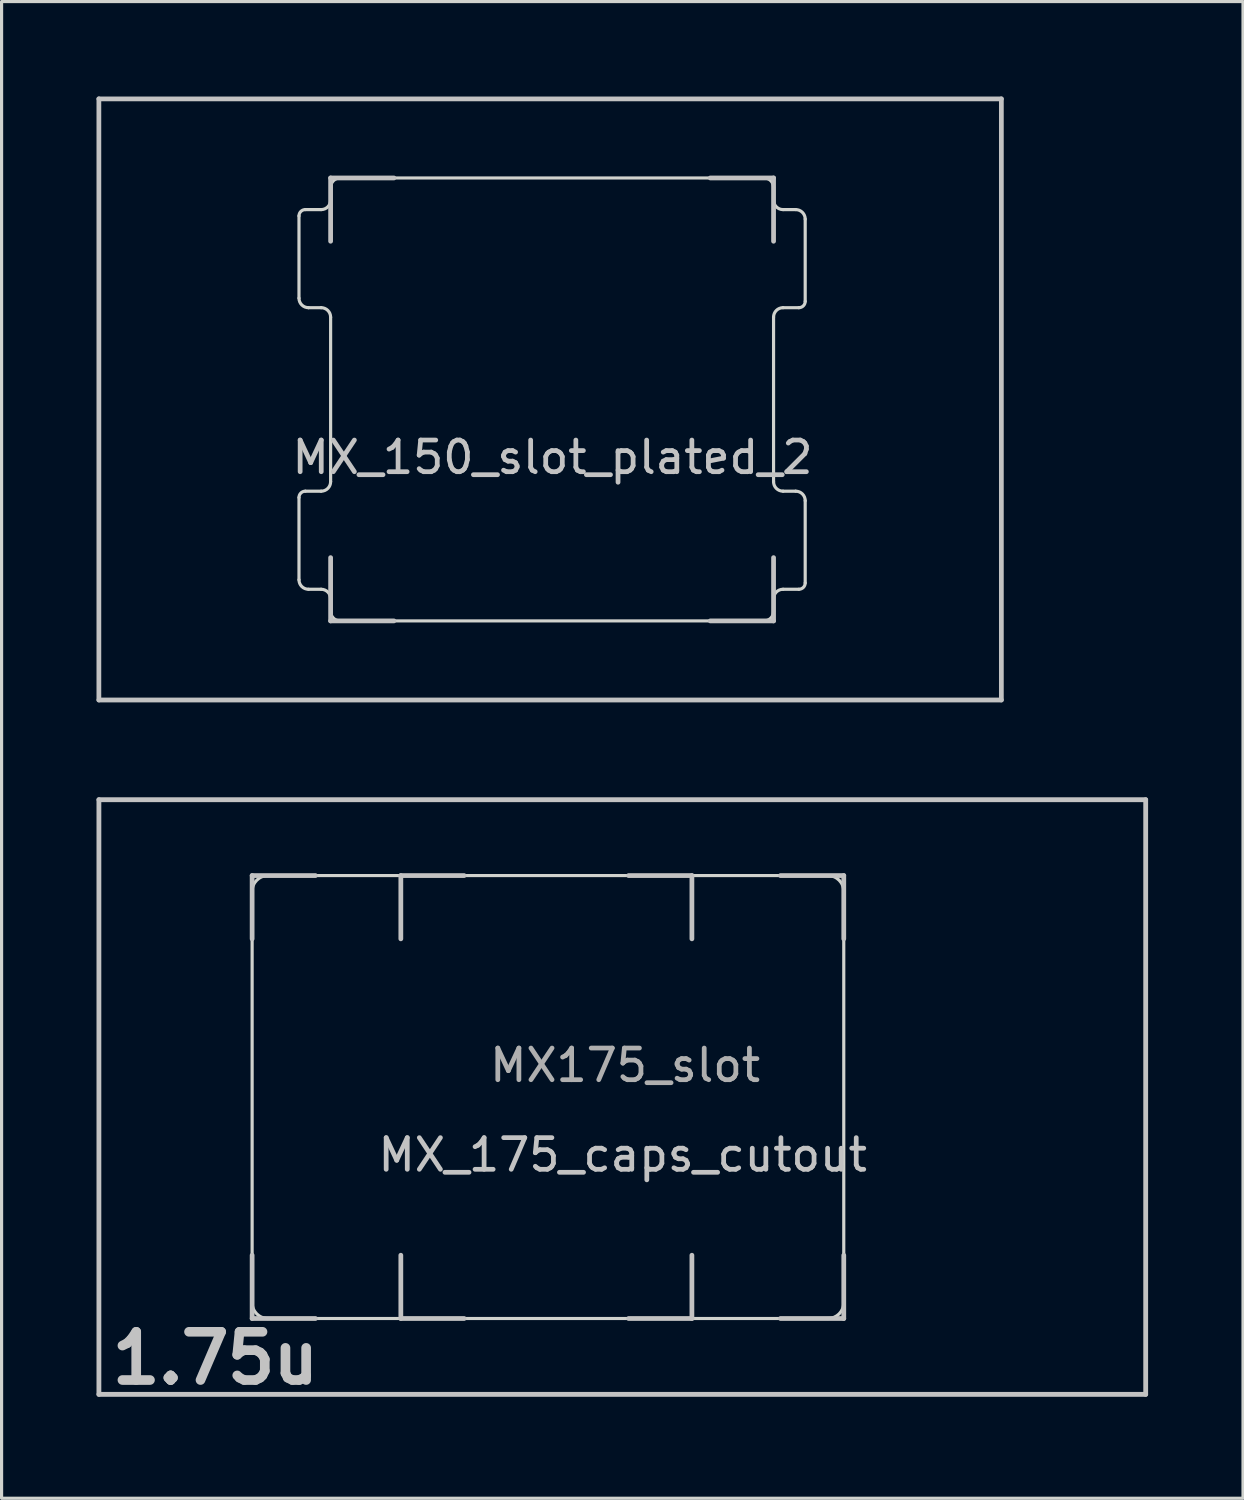
<source format=kicad_pcb>
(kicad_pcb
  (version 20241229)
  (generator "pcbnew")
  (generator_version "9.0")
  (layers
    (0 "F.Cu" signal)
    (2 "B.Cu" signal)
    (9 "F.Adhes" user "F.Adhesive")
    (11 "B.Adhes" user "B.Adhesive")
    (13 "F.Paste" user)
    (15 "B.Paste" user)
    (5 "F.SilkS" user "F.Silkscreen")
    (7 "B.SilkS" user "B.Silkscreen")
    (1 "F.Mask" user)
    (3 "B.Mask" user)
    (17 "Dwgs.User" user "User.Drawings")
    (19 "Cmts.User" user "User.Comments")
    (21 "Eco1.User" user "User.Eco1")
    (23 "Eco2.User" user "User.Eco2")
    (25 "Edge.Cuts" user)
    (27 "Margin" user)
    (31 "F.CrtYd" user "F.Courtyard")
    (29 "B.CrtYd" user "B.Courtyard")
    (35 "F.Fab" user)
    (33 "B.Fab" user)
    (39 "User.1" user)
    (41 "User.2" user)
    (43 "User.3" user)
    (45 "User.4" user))
  (footprint "MX_150_slot_plated_2"
    (layer "F.Cu")
    (at 14.4 9.575)
    (property "Reference" "MX_150_slot_plated_2" (at 0.013 1.829 0) (layer "Dwgs.User") (effects (font (size 1 1) (thickness 0.15))))
    (attr through_hole)
    (fp_line (start -7.5 -6) (end -7.5 6) (stroke (width 2) (type solid)) (layer "F.Mask"))
    (fp_line (start -6.5 -7) (end 6.5 -7) (stroke (width 2) (type solid)) (layer "F.Mask"))
    (fp_line (start 6.5 7) (end -6.5 7) (stroke (width 2) (type solid)) (layer "F.Mask"))
    (fp_line (start 7.5 -6) (end 7.5 6) (stroke (width 2) (type solid)) (layer "F.Mask"))
    (fp_arc (start -7.5 -6) (mid -7.207107 -6.707107) (end -6.5 -7) (stroke (width 2) (type solid)) (layer "F.Mask"))
    (fp_arc (start -6.5 7) (mid -7.207107 6.707107) (end -7.5 6) (stroke (width 2) (type solid)) (layer "F.Mask"))
    (fp_arc (start 6.5 -7) (mid 7.207107 -6.707107) (end 7.5 -6) (stroke (width 2) (type solid)) (layer "F.Mask"))
    (fp_arc (start 7.5 6) (mid 7.207107 6.707107) (end 6.5 7) (stroke (width 2) (type solid)) (layer "F.Mask"))
    (fp_line (start -7.5 6) (end -7.5 -6) (stroke (width 2) (type solid)) (layer "B.Mask"))
    (fp_line (start -6.5 -7) (end 6.5 -7) (stroke (width 2) (type solid)) (layer "B.Mask"))
    (fp_line (start 6.5 7) (end -6.5 7) (stroke (width 2) (type solid)) (layer "B.Mask"))
    (fp_line (start 7.5 6) (end 7.5 -6) (stroke (width 2) (type solid)) (layer "B.Mask"))
    (fp_arc (start -7.5 -6) (mid -7.207107 -6.707107) (end -6.5 -7) (stroke (width 2) (type solid)) (layer "B.Mask"))
    (fp_arc (start -6.5 7) (mid -7.207107 6.707107) (end -7.5 6) (stroke (width 2) (type solid)) (layer "B.Mask"))
    (fp_arc (start 6.5 -7) (mid 7.207107 -6.707107) (end 7.5 -6) (stroke (width 2) (type solid)) (layer "B.Mask"))
    (fp_arc (start 7.5 6) (mid 7.207107 6.707107) (end 6.5 7) (stroke (width 2) (type solid)) (layer "B.Mask"))
    (fp_line (start -14.325 -9.5) (end 14.2 -9.5) (stroke (width 0.15) (type solid)) (layer "Dwgs.User"))
    (fp_line (start -14.325 9.5) (end -14.325 -9.5) (stroke (width 0.15) (type solid)) (layer "Dwgs.User"))
    (fp_line (start -7 -7) (end -7 -5) (stroke (width 0.15) (type solid)) (layer "Dwgs.User"))
    (fp_line (start -7 5) (end -7 7) (stroke (width 0.15) (type solid)) (layer "Dwgs.User"))
    (fp_line (start -7 7) (end -5 7) (stroke (width 0.15) (type solid)) (layer "Dwgs.User"))
    (fp_line (start -5 -7) (end -7 -7) (stroke (width 0.15) (type solid)) (layer "Dwgs.User"))
    (fp_line (start 5 -7) (end 7 -7) (stroke (width 0.15) (type solid)) (layer "Dwgs.User"))
    (fp_line (start 5 7) (end 7 7) (stroke (width 0.15) (type solid)) (layer "Dwgs.User"))
    (fp_line (start 7 -7) (end 7 -5) (stroke (width 0.15) (type solid)) (layer "Dwgs.User"))
    (fp_line (start 7 7) (end 7 5) (stroke (width 0.15) (type solid)) (layer "Dwgs.User"))
    (fp_line (start 14.2 -9.5) (end 14.2 9.5) (stroke (width 0.15) (type solid)) (layer "Dwgs.User"))
    (fp_line (start 14.2 9.5) (end -14.325 9.5) (stroke (width 0.15) (type solid)) (layer "Dwgs.User"))
    (fp_line (start -8 -5.8) (end -8 -3.2) (stroke (width 0.1) (type solid)) (layer "Edge.Cuts"))
    (fp_line (start -8 3.1) (end -8 5.7) (stroke (width 0.1) (type solid)) (layer "Edge.Cuts"))
    (fp_line (start -7.8 -6) (end -7.3 -6) (stroke (width 0.1) (type solid)) (layer "Edge.Cuts"))
    (fp_line (start -7.8 2.9) (end -7.3 2.9) (stroke (width 0.1) (type solid)) (layer "Edge.Cuts"))
    (fp_line (start -7.3 -2.9) (end -7.7 -2.9) (stroke (width 0.1) (type solid)) (layer "Edge.Cuts"))
    (fp_line (start -7.3 6) (end -7.7 6) (stroke (width 0.1) (type solid)) (layer "Edge.Cuts"))
    (fp_line (start -7 -6.3) (end -7 -6.7) (stroke (width 0.1) (type solid)) (layer "Edge.Cuts"))
    (fp_line (start -7 -2.6) (end -7 2.6) (stroke (width 0.1) (type solid)) (layer "Edge.Cuts"))
    (fp_line (start -7 6.7) (end -7 6.3) (stroke (width 0.1) (type solid)) (layer "Edge.Cuts"))
    (fp_line (start 6.7 -7) (end -6.7 -7) (stroke (width 0.1) (type solid)) (layer "Edge.Cuts"))
    (fp_line (start 6.7 7) (end -6.7 7) (stroke (width 0.1) (type solid)) (layer "Edge.Cuts"))
    (fp_line (start 7 -6.7) (end 7 -6.3) (stroke (width 0.1) (type solid)) (layer "Edge.Cuts"))
    (fp_line (start 7 2.6) (end 7 -2.6) (stroke (width 0.1) (type solid)) (layer "Edge.Cuts"))
    (fp_line (start 7 6.3) (end 7 6.7) (stroke (width 0.1) (type solid)) (layer "Edge.Cuts"))
    (fp_line (start 7.3 -6) (end 7.7 -6) (stroke (width 0.1) (type solid)) (layer "Edge.Cuts"))
    (fp_line (start 7.3 2.9) (end 7.7 2.9) (stroke (width 0.1) (type solid)) (layer "Edge.Cuts"))
    (fp_line (start 7.8 -2.9) (end 7.3 -2.9) (stroke (width 0.1) (type solid)) (layer "Edge.Cuts"))
    (fp_line (start 7.8 6) (end 7.3 6) (stroke (width 0.1) (type solid)) (layer "Edge.Cuts"))
    (fp_line (start 8 -3.1) (end 8 -5.7) (stroke (width 0.1) (type solid)) (layer "Edge.Cuts"))
    (fp_line (start 8 5.8) (end 8 3.2) (stroke (width 0.1) (type solid)) (layer "Edge.Cuts"))
    (fp_arc (start -8 -5.8) (mid -7.941421 -5.941421) (end -7.8 -6) (stroke (width 0.1) (type solid)) (layer "Edge.Cuts"))
    (fp_arc (start -8 3.1) (mid -7.941421 2.958579) (end -7.8 2.9) (stroke (width 0.1) (type solid)) (layer "Edge.Cuts"))
    (fp_arc (start -7.7 -2.9) (mid -7.912132 -2.987868) (end -8 -3.2) (stroke (width 0.1) (type solid)) (layer "Edge.Cuts"))
    (fp_arc (start -7.7 6) (mid -7.912132 5.912132) (end -8 5.7) (stroke (width 0.1) (type solid)) (layer "Edge.Cuts"))
    (fp_arc (start -7.3 -2.9) (mid -7.087868 -2.812132) (end -7 -2.6) (stroke (width 0.1) (type solid)) (layer "Edge.Cuts"))
    (fp_arc (start -7.3 6) (mid -7.087868 6.087868) (end -7 6.3) (stroke (width 0.1) (type solid)) (layer "Edge.Cuts"))
    (fp_arc (start -7 -6.7) (mid -6.912132 -6.912132) (end -6.7 -7) (stroke (width 0.1) (type solid)) (layer "Edge.Cuts"))
    (fp_arc (start -7 -6.3) (mid -7.087868 -6.087868) (end -7.3 -6) (stroke (width 0.1) (type solid)) (layer "Edge.Cuts"))
    (fp_arc (start -7 2.6) (mid -7.087868 2.812132) (end -7.3 2.9) (stroke (width 0.1) (type solid)) (layer "Edge.Cuts"))
    (fp_arc (start -6.7 7) (mid -6.912132 6.912132) (end -7 6.7) (stroke (width 0.1) (type solid)) (layer "Edge.Cuts"))
    (fp_arc (start 6.7 -7) (mid 6.912132 -6.912132) (end 7 -6.7) (stroke (width 0.1) (type solid)) (layer "Edge.Cuts"))
    (fp_arc (start 7 -2.6) (mid 7.087868 -2.812132) (end 7.3 -2.9) (stroke (width 0.1) (type solid)) (layer "Edge.Cuts"))
    (fp_arc (start 7 6.3) (mid 7.087868 6.087868) (end 7.3 6) (stroke (width 0.1) (type solid)) (layer "Edge.Cuts"))
    (fp_arc (start 7 6.7) (mid 6.912132 6.912132) (end 6.7 7) (stroke (width 0.1) (type solid)) (layer "Edge.Cuts"))
    (fp_arc (start 7.3 -6) (mid 7.087868 -6.087868) (end 7 -6.3) (stroke (width 0.1) (type solid)) (layer "Edge.Cuts"))
    (fp_arc (start 7.3 2.9) (mid 7.087868 2.812132) (end 7 2.6) (stroke (width 0.1) (type solid)) (layer "Edge.Cuts"))
    (fp_arc (start 7.7 -6) (mid 7.912132 -5.912132) (end 8 -5.7) (stroke (width 0.1) (type solid)) (layer "Edge.Cuts"))
    (fp_arc (start 7.7 2.9) (mid 7.912132 2.987868) (end 8 3.2) (stroke (width 0.1) (type solid)) (layer "Edge.Cuts"))
    (fp_arc (start 8 -3.1) (mid 7.941421 -2.958579) (end 7.8 -2.9) (stroke (width 0.1) (type solid)) (layer "Edge.Cuts"))
    (fp_arc (start 8 5.8) (mid 7.941421 5.941421) (end 7.8 6) (stroke (width 0.1) (type solid)) (layer "Edge.Cuts")))
  (footprint "MX_175_caps_cutout"
    (layer "F.Cu")
    (at 16.619 31.624)
    (property "Reference" "MX_175_caps_cutout" (at 0.013 1.829 0) (layer "Dwgs.User") (effects (font (size 1 1) (thickness 0.15))))
    (attr through_hole)
    (fp_line (start -16.543 -9.398) (end 16.543 -9.398) (stroke (width 0.152) (type solid)) (layer "Dwgs.User"))
    (fp_line (start -16.543 9.398) (end -16.543 -9.398) (stroke (width 0.152) (type solid)) (layer "Dwgs.User"))
    (fp_line (start -11.7 -7) (end -11.7 -5) (stroke (width 0.15) (type solid)) (layer "Dwgs.User"))
    (fp_line (start -11.7 5) (end -11.7 7) (stroke (width 0.15) (type solid)) (layer "Dwgs.User"))
    (fp_line (start -11.7 7) (end -9.7 7) (stroke (width 0.15) (type solid)) (layer "Dwgs.User"))
    (fp_line (start -9.7 -7) (end -11.7 -7) (stroke (width 0.15) (type solid)) (layer "Dwgs.User"))
    (fp_line (start -7 -7) (end -7 -5) (stroke (width 0.15) (type solid)) (layer "Dwgs.User"))
    (fp_line (start -7 5) (end -7 7) (stroke (width 0.15) (type solid)) (layer "Dwgs.User"))
    (fp_line (start -7 7) (end -5 7) (stroke (width 0.15) (type solid)) (layer "Dwgs.User"))
    (fp_line (start -5 -7) (end -7 -7) (stroke (width 0.15) (type solid)) (layer "Dwgs.User"))
    (fp_line (start 0.2 -7) (end 2.2 -7) (stroke (width 0.15) (type solid)) (layer "Dwgs.User"))
    (fp_line (start 0.2 7) (end 2.2 7) (stroke (width 0.15) (type solid)) (layer "Dwgs.User"))
    (fp_line (start 2.2 -7) (end 2.2 -5) (stroke (width 0.15) (type solid)) (layer "Dwgs.User"))
    (fp_line (start 2.2 7) (end 2.2 5) (stroke (width 0.15) (type solid)) (layer "Dwgs.User"))
    (fp_line (start 5 -7) (end 7 -7) (stroke (width 0.15) (type solid)) (layer "Dwgs.User"))
    (fp_line (start 5 7) (end 7 7) (stroke (width 0.15) (type solid)) (layer "Dwgs.User"))
    (fp_line (start 7 -7) (end 7 -5) (stroke (width 0.15) (type solid)) (layer "Dwgs.User"))
    (fp_line (start 7 7) (end 7 5) (stroke (width 0.15) (type solid)) (layer "Dwgs.User"))
    (fp_line (start 16.543 -9.398) (end 16.543 9.398) (stroke (width 0.152) (type solid)) (layer "Dwgs.User"))
    (fp_line (start 16.543 9.398) (end -16.543 9.398) (stroke (width 0.152) (type solid)) (layer "Dwgs.User"))
    (fp_line (start -11.685 -6.985) (end 6.985 -6.985) (stroke (width 0.152) (type solid)) (layer "Eco2.User"))
    (fp_line (start -11.685 6.985) (end -11.685 -6.985) (stroke (width 0.152) (type solid)) (layer "Eco2.User"))
    (fp_line (start -11.685 6.985) (end -11.685 -6.985) (stroke (width 0.152) (type solid)) (layer "Eco2.User"))
    (fp_line (start -6.985 6.985) (end -6.985 -6.985) (stroke (width 0.152) (type solid)) (layer "Eco2.User"))
    (fp_line (start -6.985 6.985) (end -6.985 -6.985) (stroke (width 0.152) (type solid)) (layer "Eco2.User"))
    (fp_line (start 2.185 -6.985) (end 2.185 6.985) (stroke (width 0.152) (type solid)) (layer "Eco2.User"))
    (fp_line (start 2.185 -6.985) (end 2.185 6.985) (stroke (width 0.152) (type solid)) (layer "Eco2.User"))
    (fp_line (start 6.985 -6.985) (end 6.985 6.985) (stroke (width 0.152) (type solid)) (layer "Eco2.User"))
    (fp_line (start 6.985 -6.985) (end 6.985 6.985) (stroke (width 0.152) (type solid)) (layer "Eco2.User"))
    (fp_line (start 6.985 6.985) (end -11.685 6.985) (stroke (width 0.152) (type solid)) (layer "Eco2.User"))
    (fp_line (start -11.7 6.5) (end -11.7 -6.5) (stroke (width 0.1) (type solid)) (layer "Edge.Cuts"))
    (fp_line (start 6.5 -7) (end -11.2 -7) (stroke (width 0.1) (type solid)) (layer "Edge.Cuts"))
    (fp_line (start 6.5 7) (end -11.2 7) (stroke (width 0.1) (type solid)) (layer "Edge.Cuts"))
    (fp_line (start 7 6.5) (end 7 -6.5) (stroke (width 0.1) (type solid)) (layer "Edge.Cuts"))
    (fp_arc (start -11.7 -6.5) (mid -11.553553 -6.853553) (end -11.2 -7) (stroke (width 0.1) (type solid)) (layer "Edge.Cuts"))
    (fp_arc (start -11.2 7) (mid -11.553553 6.853553) (end -11.7 6.5) (stroke (width 0.1) (type solid)) (layer "Edge.Cuts"))
    (fp_arc (start 6.5 -7) (mid 6.853553 -6.853553) (end 7 -6.5) (stroke (width 0.1) (type solid)) (layer "Edge.Cuts"))
    (fp_arc (start 7 6.5) (mid 6.853553 6.853553) (end 6.5 7) (stroke (width 0.1) (type solid)) (layer "Edge.Cuts"))
    (fp_text user "1.75u" (at -12.86 8.255 0) (layer "Dwgs.User") (effects (font (size 1.524 1.524) (thickness 0.305))))
    (fp_text user "MX175_slot" (at 0.089 -1.003 0) (layer "F.Fab") (effects (font (size 1 1) (thickness 0.15)))))
  (gr_rect
    (start -3 -3)
    (end 36.238 44.306)
    (stroke (width 0.1) (type default))
    (fill no)
    (layer "Edge.Cuts")))
</source>
